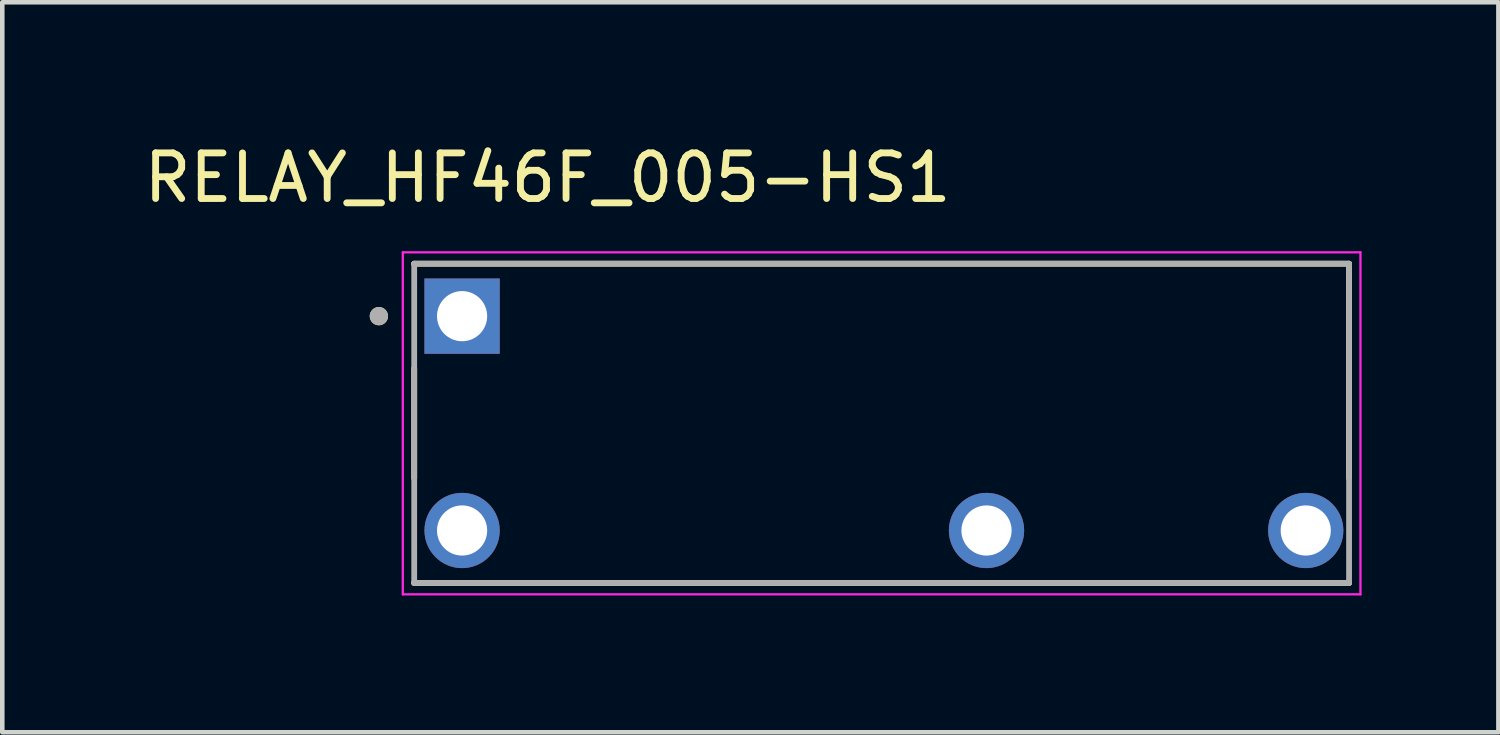
<source format=kicad_pcb>
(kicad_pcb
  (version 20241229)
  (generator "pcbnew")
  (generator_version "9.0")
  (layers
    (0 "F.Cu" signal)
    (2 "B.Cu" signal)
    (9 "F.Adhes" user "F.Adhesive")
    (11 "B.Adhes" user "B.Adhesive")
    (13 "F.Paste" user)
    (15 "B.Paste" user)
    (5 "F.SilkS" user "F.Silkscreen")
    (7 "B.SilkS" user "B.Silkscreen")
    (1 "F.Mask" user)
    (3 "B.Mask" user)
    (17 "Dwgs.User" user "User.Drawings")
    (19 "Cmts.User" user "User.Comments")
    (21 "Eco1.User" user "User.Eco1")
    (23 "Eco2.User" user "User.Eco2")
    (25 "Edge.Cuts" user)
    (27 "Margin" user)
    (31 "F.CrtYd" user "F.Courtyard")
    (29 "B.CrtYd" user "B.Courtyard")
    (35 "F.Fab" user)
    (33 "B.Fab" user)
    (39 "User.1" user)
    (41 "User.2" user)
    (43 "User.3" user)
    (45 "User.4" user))
  (footprint "RELAY_HF46F_005-HS1"
    (layer "F.Cu")
    (at 16.283 6.233)
    (property "Reference" "RELAY_HF46F_005-HS1" (at -7.325 -5.385 0) (layer "F.SilkS") (effects (font (size 1 1) (thickness 0.15))))
    (attr through_hole)
    (fp_line (start -10.25 -3.5) (end -10.25 -3.495) (stroke (width 0.127) (type solid)) (layer "F.SilkS"))
    (fp_line (start -10.25 -1.205) (end -10.25 1.205) (stroke (width 0.127) (type solid)) (layer "F.SilkS"))
    (fp_line (start -10.25 3.5) (end -10.25 3.495) (stroke (width 0.127) (type solid)) (layer "F.SilkS"))
    (fp_line (start -10.25 3.5) (end 10.25 3.5) (stroke (width 0.127) (type solid)) (layer "F.SilkS"))
    (fp_line (start 10.25 -3.5) (end -10.25 -3.5) (stroke (width 0.127) (type solid)) (layer "F.SilkS"))
    (fp_line (start 10.25 1.205) (end 10.25 -3.5) (stroke (width 0.127) (type solid)) (layer "F.SilkS"))
    (fp_line (start 10.25 3.5) (end 10.25 3.495) (stroke (width 0.127) (type solid)) (layer "F.SilkS"))
    (fp_circle (center -11.025 -2.35) (end -10.925 -2.35) (stroke (width 0.2) (type solid)) (fill no) (layer "F.SilkS"))
    (fp_line (start -10.5 -3.75) (end -10.5 3.75) (stroke (width 0.05) (type solid)) (layer "F.CrtYd"))
    (fp_line (start -10.5 3.75) (end 10.5 3.75) (stroke (width 0.05) (type solid)) (layer "F.CrtYd"))
    (fp_line (start 10.5 -3.75) (end -10.5 -3.75) (stroke (width 0.05) (type solid)) (layer "F.CrtYd"))
    (fp_line (start 10.5 3.75) (end 10.5 -3.75) (stroke (width 0.05) (type solid)) (layer "F.CrtYd"))
    (fp_line (start -10.25 -3.5) (end -10.25 3.5) (stroke (width 0.127) (type solid)) (layer "F.Fab"))
    (fp_line (start -10.25 3.5) (end 10.25 3.5) (stroke (width 0.127) (type solid)) (layer "F.Fab"))
    (fp_line (start 10.25 -3.5) (end -10.25 -3.5) (stroke (width 0.127) (type solid)) (layer "F.Fab"))
    (fp_line (start 10.25 3.5) (end 10.25 -3.5) (stroke (width 0.127) (type solid)) (layer "F.Fab"))
    (fp_circle (center -11.025 -2.35) (end -10.925 -2.35) (stroke (width 0.2) (type solid)) (fill no) (layer "F.Fab"))
    (pad "1" thru_hole rect (at -9.2 -2.35) (size 1.65 1.65) (drill 1.1) (layers "*.Cu" "*.Mask"))
    (pad "2" thru_hole circle (at -9.2 2.35) (size 1.65 1.65) (drill 1.1) (layers "*.Cu" "*.Mask"))
    (pad "3" thru_hole circle (at 2.3 2.35) (size 1.65 1.65) (drill 1.1) (layers "*.Cu" "*.Mask"))
    (pad "4" thru_hole circle (at 9.3 2.35) (size 1.65 1.65) (drill 1.1) (layers "*.Cu" "*.Mask")))
  (gr_rect
    (start -3 -3)
    (end 29.808 13.008)
    (stroke (width 0.1) (type default))
    (fill no)
    (layer "Edge.Cuts")))
</source>
